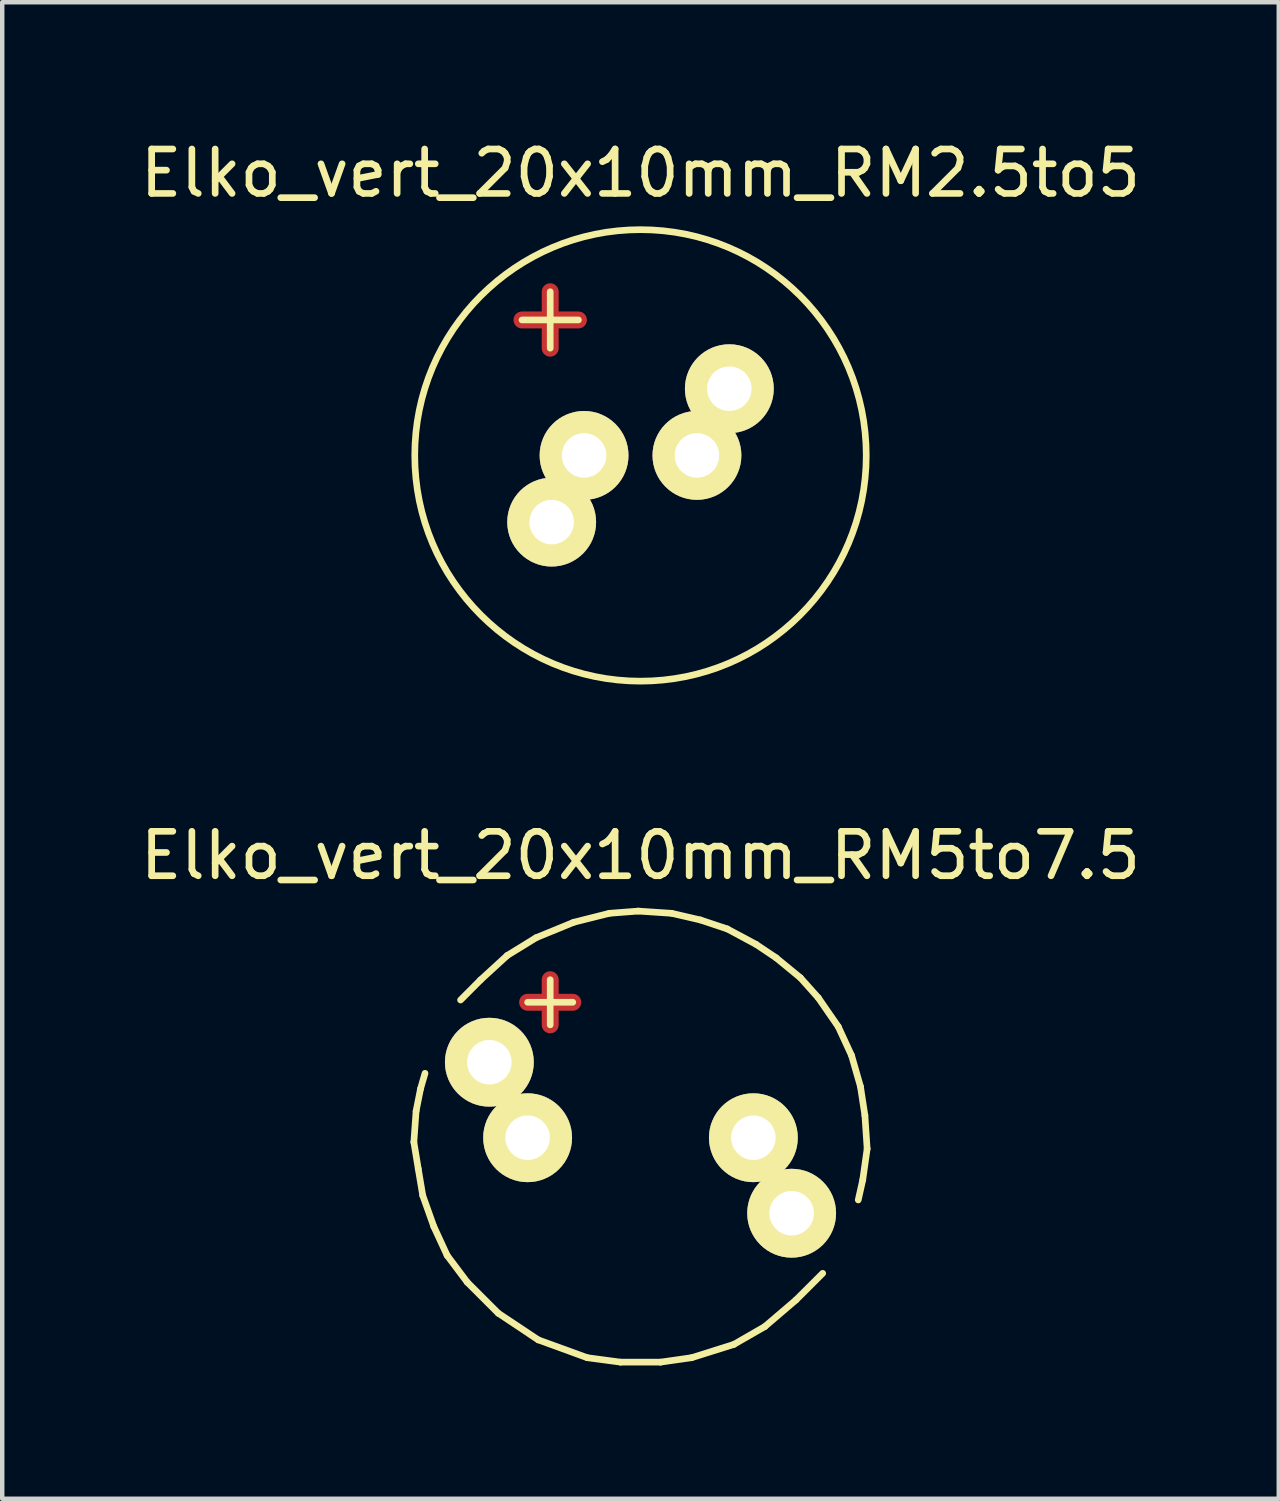
<source format=kicad_pcb>
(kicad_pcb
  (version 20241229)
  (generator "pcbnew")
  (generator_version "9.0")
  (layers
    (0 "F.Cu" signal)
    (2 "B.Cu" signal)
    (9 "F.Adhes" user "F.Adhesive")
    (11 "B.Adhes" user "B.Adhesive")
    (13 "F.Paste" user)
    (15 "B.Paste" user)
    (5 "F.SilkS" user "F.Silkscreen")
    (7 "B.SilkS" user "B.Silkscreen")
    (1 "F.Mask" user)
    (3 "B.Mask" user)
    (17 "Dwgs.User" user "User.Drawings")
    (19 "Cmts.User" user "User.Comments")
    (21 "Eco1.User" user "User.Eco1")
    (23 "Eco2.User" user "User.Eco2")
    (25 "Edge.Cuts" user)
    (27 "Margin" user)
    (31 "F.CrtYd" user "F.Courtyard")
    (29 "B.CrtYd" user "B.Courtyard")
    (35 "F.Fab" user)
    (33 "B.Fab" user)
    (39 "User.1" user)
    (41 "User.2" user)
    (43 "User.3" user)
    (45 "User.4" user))
  (footprint "Elko_vert_20x10mm_RM2.5to5"
    (layer "F.Cu")
    (at 11.363 7.198)
    (property "Reference" "Elko_vert_20x10mm_RM2.5to5" (at 0 -6.35 0) (layer "F.SilkS") (effects (font (size 1 1) (thickness 0.15))))
    (attr through_hole)
    (fp_line (start -2.667 -3.048) (end -1.397 -3.048) (stroke (width 0.381) (type solid)) (layer "F.Cu"))
    (fp_line (start -2.032 -3.683) (end -2.032 -2.413) (stroke (width 0.381) (type solid)) (layer "F.Cu"))
    (fp_line (start -2.667 -3.048) (end -1.397 -3.048) (stroke (width 0.15) (type solid)) (layer "F.SilkS"))
    (fp_line (start -2.032 -3.683) (end -2.032 -2.413) (stroke (width 0.15) (type solid)) (layer "F.SilkS"))
    (fp_circle (center 0 0) (end 5.08 0) (stroke (width 0.15) (type solid)) (fill no) (layer "F.SilkS"))
    (pad "1" thru_hole circle (at -1.999 1.501) (size 1.999 1.999) (drill 1.001) (layers "*.Cu" "*.Mask" "F.SilkS"))
    (pad "1" thru_hole circle (at -1.27 0) (size 1.999 1.999) (drill 1.001) (layers "*.Cu" "*.Mask" "F.SilkS"))
    (pad "2" thru_hole circle (at 1.27 0) (size 1.999 1.999) (drill 1.001) (layers "*.Cu" "*.Mask" "F.SilkS"))
    (pad "2" thru_hole circle (at 1.999 -1.501) (size 1.999 1.999) (drill 1.001) (layers "*.Cu" "*.Mask" "F.SilkS")))
  (footprint "Elko_vert_20x10mm_RM5to7.5"
    (layer "F.Cu")
    (at 11.363 22.552)
    (property "Reference" "Elko_vert_20x10mm_RM5to7.5" (at 0 -6.35 0) (layer "F.SilkS") (effects (font (size 1 1) (thickness 0.15))))
    (attr through_hole)
    (fp_line (start -2.54 -3.048) (end -1.524 -3.048) (stroke (width 0.381) (type solid)) (layer "F.Cu"))
    (fp_line (start -2.032 -3.556) (end -2.032 -2.54) (stroke (width 0.381) (type solid)) (layer "F.Cu"))
    (fp_line (start -5.1 0.099) (end -5.001 0.701) (stroke (width 0.15) (type solid)) (layer "F.SilkS"))
    (fp_line (start -5.05 -0.599) (end -5.1 0.099) (stroke (width 0.15) (type solid)) (layer "F.SilkS"))
    (fp_line (start -5.001 0.701) (end -4.9 1.3) (stroke (width 0.15) (type solid)) (layer "F.SilkS"))
    (fp_line (start -4.95 -1.1) (end -5.05 -0.599) (stroke (width 0.15) (type solid)) (layer "F.SilkS"))
    (fp_line (start -4.9 1.3) (end -4.651 1.999) (stroke (width 0.15) (type solid)) (layer "F.SilkS"))
    (fp_line (start -4.849 -1.45) (end -4.95 -1.1) (stroke (width 0.15) (type solid)) (layer "F.SilkS"))
    (fp_line (start -4.651 1.999) (end -4.351 2.649) (stroke (width 0.15) (type solid)) (layer "F.SilkS"))
    (fp_line (start -4.351 2.649) (end -3.899 3.251) (stroke (width 0.15) (type solid)) (layer "F.SilkS"))
    (fp_line (start -3.899 3.251) (end -3.2 3.95) (stroke (width 0.15) (type solid)) (layer "F.SilkS"))
    (fp_line (start -3.599 -3.551) (end -4.049 -3.099) (stroke (width 0.15) (type solid)) (layer "F.SilkS"))
    (fp_line (start -3.2 3.95) (end -2.301 4.549) (stroke (width 0.15) (type solid)) (layer "F.SilkS"))
    (fp_line (start -3 -4.1) (end -3.599 -3.551) (stroke (width 0.15) (type solid)) (layer "F.SilkS"))
    (fp_line (start -2.54 -3.048) (end -1.524 -3.048) (stroke (width 0.15) (type solid)) (layer "F.SilkS"))
    (fp_line (start -2.349 -4.501) (end -3 -4.1) (stroke (width 0.15) (type solid)) (layer "F.SilkS"))
    (fp_line (start -2.301 4.549) (end -1.199 4.95) (stroke (width 0.15) (type solid)) (layer "F.SilkS"))
    (fp_line (start -2.032 -3.556) (end -2.032 -2.54) (stroke (width 0.15) (type solid)) (layer "F.SilkS"))
    (fp_line (start -1.501 -4.849) (end -2.349 -4.501) (stroke (width 0.15) (type solid)) (layer "F.SilkS"))
    (fp_line (start -1.199 4.95) (end -0.45 5.05) (stroke (width 0.15) (type solid)) (layer "F.SilkS"))
    (fp_line (start -0.701 -5.05) (end -1.501 -4.849) (stroke (width 0.15) (type solid)) (layer "F.SilkS"))
    (fp_line (start -0.45 5.05) (end 0.45 5.05) (stroke (width 0.15) (type solid)) (layer "F.SilkS"))
    (fp_line (start -0.051 -5.1) (end -0.701 -5.05) (stroke (width 0.15) (type solid)) (layer "F.SilkS"))
    (fp_line (start 0.45 5.05) (end 1.151 4.95) (stroke (width 0.15) (type solid)) (layer "F.SilkS"))
    (fp_line (start 0.701 -5.05) (end -0.051 -5.1) (stroke (width 0.15) (type solid)) (layer "F.SilkS"))
    (fp_line (start 1.151 4.95) (end 2.101 4.651) (stroke (width 0.15) (type solid)) (layer "F.SilkS"))
    (fp_line (start 1.349 -4.9) (end 0.701 -5.05) (stroke (width 0.15) (type solid)) (layer "F.SilkS"))
    (fp_line (start 1.951 -4.699) (end 1.349 -4.9) (stroke (width 0.15) (type solid)) (layer "F.SilkS"))
    (fp_line (start 2.101 4.651) (end 2.799 4.249) (stroke (width 0.15) (type solid)) (layer "F.SilkS"))
    (fp_line (start 2.601 -4.351) (end 1.951 -4.699) (stroke (width 0.15) (type solid)) (layer "F.SilkS"))
    (fp_line (start 2.799 4.249) (end 3.5 3.65) (stroke (width 0.15) (type solid)) (layer "F.SilkS"))
    (fp_line (start 3.051 -4.049) (end 2.601 -4.351) (stroke (width 0.15) (type solid)) (layer "F.SilkS"))
    (fp_line (start 3.5 3.65) (end 4.1 3.051) (stroke (width 0.15) (type solid)) (layer "F.SilkS"))
    (fp_line (start 3.599 -3.599) (end 3.051 -4.049) (stroke (width 0.15) (type solid)) (layer "F.SilkS"))
    (fp_line (start 4 -3.15) (end 3.599 -3.599) (stroke (width 0.15) (type solid)) (layer "F.SilkS"))
    (fp_line (start 4.45 -2.499) (end 4 -3.15) (stroke (width 0.15) (type solid)) (layer "F.SilkS"))
    (fp_line (start 4.75 -1.849) (end 4.45 -2.499) (stroke (width 0.15) (type solid)) (layer "F.SilkS"))
    (fp_line (start 4.9 1.4) (end 5.001 0.95) (stroke (width 0.15) (type solid)) (layer "F.SilkS"))
    (fp_line (start 4.95 -1.151) (end 4.75 -1.849) (stroke (width 0.15) (type solid)) (layer "F.SilkS"))
    (fp_line (start 5.001 0.95) (end 5.1 0.249) (stroke (width 0.15) (type solid)) (layer "F.SilkS"))
    (fp_line (start 5.05 -0.5) (end 4.95 -1.151) (stroke (width 0.15) (type solid)) (layer "F.SilkS"))
    (fp_line (start 5.1 0.249) (end 5.05 -0.5) (stroke (width 0.15) (type solid)) (layer "F.SilkS"))
    (pad "1" thru_hole circle (at -3.401 -1.699) (size 1.999 1.999) (drill 1.001) (layers "*.Cu" "*.Mask" "F.SilkS"))
    (pad "1" thru_hole circle (at -2.54 0) (size 1.999 1.999) (drill 1.001) (layers "*.Cu" "*.Mask" "F.SilkS"))
    (pad "2" thru_hole circle (at 2.54 0) (size 1.999 1.999) (drill 1.001) (layers "*.Cu" "*.Mask" "F.SilkS"))
    (pad "2" thru_hole circle (at 3.401 1.699) (size 1.999 1.999) (drill 1.001) (layers "*.Cu" "*.Mask" "F.SilkS")))
  (gr_rect
    (start -3 -3)
    (end 25.726 30.676)
    (stroke (width 0.1) (type default))
    (fill no)
    (layer "Edge.Cuts")))
</source>
